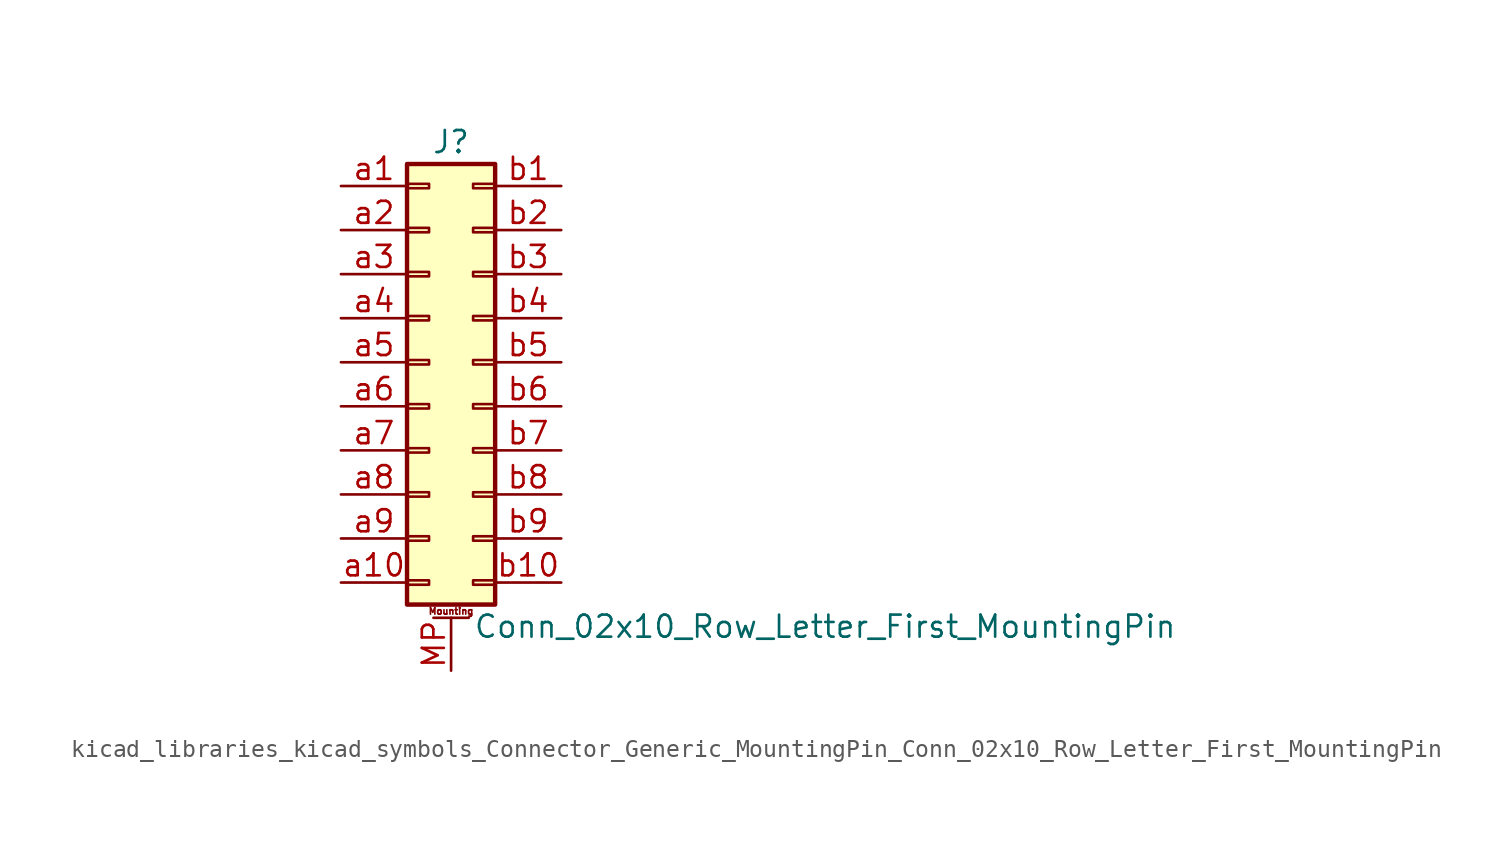
<source format=kicad_sym>
(kicad_symbol_lib
  (version 20220914)
  (generator kicad_symbol_editor)
  (symbol "kicad_libraries_kicad_symbols_Connector_Generic_MountingPin_Conn_02x10_Row_Letter_First_MountingPin"
    (pin_names
      (offset 1.016) hide)
    (property "Reference" "J"
      (at 1.27 12.7 0)
      (effects (font (size 1.27 1.27))))
    (property "Value" "Conn_02x10_Row_Letter_First_MountingPin"
      (at 2.54 -15.24 0)
      (effects (font (size 1.27 1.27)) (justify left)))
    (symbol "kicad_libraries_kicad_symbols_Connector_Generic_MountingPin_Conn_02x10_Row_Letter_First_MountingPin_1_1"
      (rectangle (start -1.27 -12.573) (end 0 -12.827) (stroke (width 0.152) (type default)) (fill (type none)))
      (rectangle (start -1.27 -10.033) (end 0 -10.287) (stroke (width 0.152) (type default)) (fill (type none)))
      (rectangle (start -1.27 -7.493) (end 0 -7.747) (stroke (width 0.152) (type default)) (fill (type none)))
      (rectangle (start -1.27 -4.953) (end 0 -5.207) (stroke (width 0.152) (type default)) (fill (type none)))
      (rectangle (start -1.27 -2.413) (end 0 -2.667) (stroke (width 0.152) (type default)) (fill (type none)))
      (rectangle (start -1.27 0.127) (end 0 -0.127) (stroke (width 0.152) (type default)) (fill (type none)))
      (rectangle (start -1.27 2.667) (end 0 2.413) (stroke (width 0.152) (type default)) (fill (type none)))
      (rectangle (start -1.27 5.207) (end 0 4.953) (stroke (width 0.152) (type default)) (fill (type none)))
      (rectangle (start -1.27 7.747) (end 0 7.493) (stroke (width 0.152) (type default)) (fill (type none)))
      (rectangle (start -1.27 10.287) (end 0 10.033) (stroke (width 0.152) (type default)) (fill (type none)))
      (rectangle (start -1.27 11.43) (end 3.81 -13.97) (stroke (width 0.254) (type default)) (fill (type background)))
      (polyline (pts (xy 0.254 -14.732) (xy 2.286 -14.732)) (stroke (width 0.152) (type default)) (fill (type none)))
      (rectangle (start 3.81 -12.573) (end 2.54 -12.827) (stroke (width 0.152) (type default)) (fill (type none)))
      (rectangle (start 3.81 -10.033) (end 2.54 -10.287) (stroke (width 0.152) (type default)) (fill (type none)))
      (rectangle (start 3.81 -7.493) (end 2.54 -7.747) (stroke (width 0.152) (type default)) (fill (type none)))
      (rectangle (start 3.81 -4.953) (end 2.54 -5.207) (stroke (width 0.152) (type default)) (fill (type none)))
      (rectangle (start 3.81 -2.413) (end 2.54 -2.667) (stroke (width 0.152) (type default)) (fill (type none)))
      (rectangle (start 3.81 0.127) (end 2.54 -0.127) (stroke (width 0.152) (type default)) (fill (type none)))
      (rectangle (start 3.81 2.667) (end 2.54 2.413) (stroke (width 0.152) (type default)) (fill (type none)))
      (rectangle (start 3.81 5.207) (end 2.54 4.953) (stroke (width 0.152) (type default)) (fill (type none)))
      (rectangle (start 3.81 7.747) (end 2.54 7.493) (stroke (width 0.152) (type default)) (fill (type none)))
      (rectangle (start 3.81 10.287) (end 2.54 10.033) (stroke (width 0.152) (type default)) (fill (type none)))
      (text "Mounting" (at 1.27 -14.351 0) (effects (font (size 0.381 0.381))))
      (pin passive line (at 1.27 -17.78 90) (length 3.048) (name "MountPin" (effects (font (size 1.27 1.27)))) (number "MP" (effects (font (size 1.27 1.27)))))
      (pin passive line (at -5.08 10.16 0) (length 3.81) (name "Pin_a1" (effects (font (size 1.27 1.27)))) (number "a1" (effects (font (size 1.27 1.27)))))
      (pin passive line (at -5.08 -12.7 0) (length 3.81) (name "Pin_a10" (effects (font (size 1.27 1.27)))) (number "a10" (effects (font (size 1.27 1.27)))))
      (pin passive line (at -5.08 7.62 0) (length 3.81) (name "Pin_a2" (effects (font (size 1.27 1.27)))) (number "a2" (effects (font (size 1.27 1.27)))))
      (pin passive line (at -5.08 5.08 0) (length 3.81) (name "Pin_a3" (effects (font (size 1.27 1.27)))) (number "a3" (effects (font (size 1.27 1.27)))))
      (pin passive line (at -5.08 2.54 0) (length 3.81) (name "Pin_a4" (effects (font (size 1.27 1.27)))) (number "a4" (effects (font (size 1.27 1.27)))))
      (pin passive line (at -5.08 0 0) (length 3.81) (name "Pin_a5" (effects (font (size 1.27 1.27)))) (number "a5" (effects (font (size 1.27 1.27)))))
      (pin passive line (at -5.08 -2.54 0) (length 3.81) (name "Pin_a6" (effects (font (size 1.27 1.27)))) (number "a6" (effects (font (size 1.27 1.27)))))
      (pin passive line (at -5.08 -5.08 0) (length 3.81) (name "Pin_a7" (effects (font (size 1.27 1.27)))) (number "a7" (effects (font (size 1.27 1.27)))))
      (pin passive line (at -5.08 -7.62 0) (length 3.81) (name "Pin_a8" (effects (font (size 1.27 1.27)))) (number "a8" (effects (font (size 1.27 1.27)))))
      (pin passive line (at -5.08 -10.16 0) (length 3.81) (name "Pin_a9" (effects (font (size 1.27 1.27)))) (number "a9" (effects (font (size 1.27 1.27)))))
      (pin passive line (at 7.62 10.16 180) (length 3.81) (name "Pin_b1" (effects (font (size 1.27 1.27)))) (number "b1" (effects (font (size 1.27 1.27)))))
      (pin passive line (at 7.62 -12.7 180) (length 3.81) (name "Pin_b10" (effects (font (size 1.27 1.27)))) (number "b10" (effects (font (size 1.27 1.27)))))
      (pin passive line (at 7.62 7.62 180) (length 3.81) (name "Pin_b2" (effects (font (size 1.27 1.27)))) (number "b2" (effects (font (size 1.27 1.27)))))
      (pin passive line (at 7.62 5.08 180) (length 3.81) (name "Pin_b3" (effects (font (size 1.27 1.27)))) (number "b3" (effects (font (size 1.27 1.27)))))
      (pin passive line (at 7.62 2.54 180) (length 3.81) (name "Pin_b4" (effects (font (size 1.27 1.27)))) (number "b4" (effects (font (size 1.27 1.27)))))
      (pin passive line (at 7.62 0 180) (length 3.81) (name "Pin_b5" (effects (font (size 1.27 1.27)))) (number "b5" (effects (font (size 1.27 1.27)))))
      (pin passive line (at 7.62 -2.54 180) (length 3.81) (name "Pin_b6" (effects (font (size 1.27 1.27)))) (number "b6" (effects (font (size 1.27 1.27)))))
      (pin passive line (at 7.62 -5.08 180) (length 3.81) (name "Pin_b7" (effects (font (size 1.27 1.27)))) (number "b7" (effects (font (size 1.27 1.27)))))
      (pin passive line (at 7.62 -7.62 180) (length 3.81) (name "Pin_b8" (effects (font (size 1.27 1.27)))) (number "b8" (effects (font (size 1.27 1.27)))))
      (pin passive line (at 7.62 -10.16 180) (length 3.81) (name "Pin_b9" (effects (font (size 1.27 1.27)))) (number "b9" (effects (font (size 1.27 1.27))))))))
</source>
